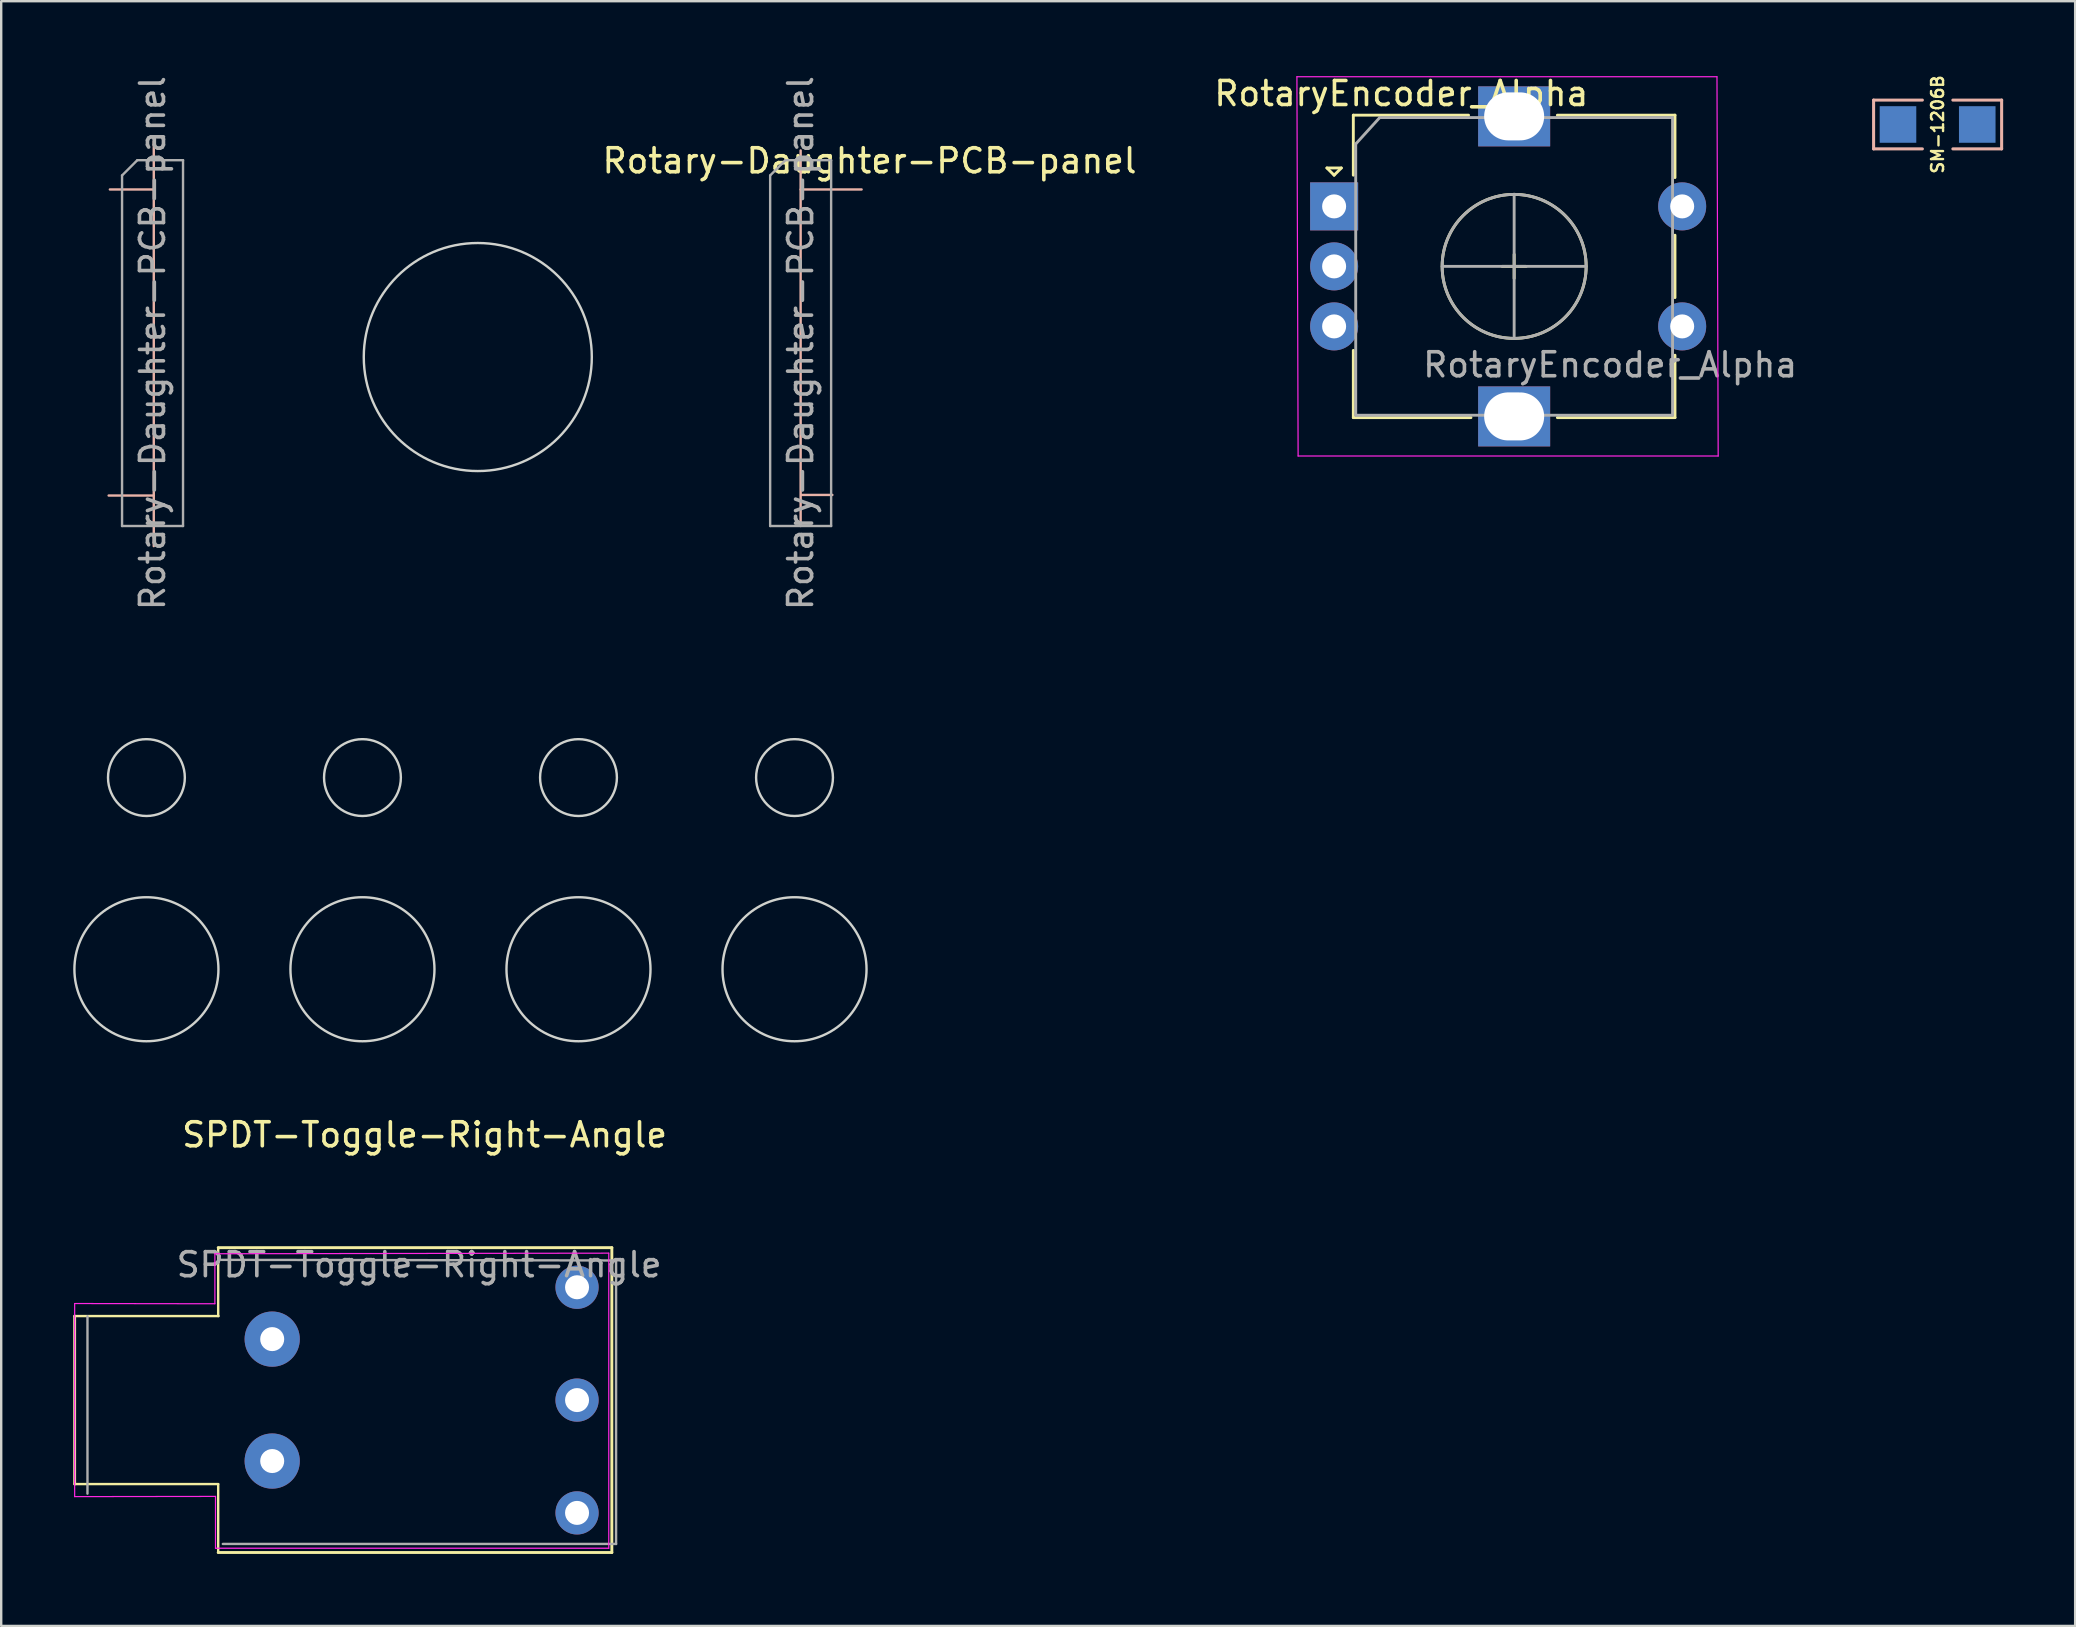
<source format=kicad_pcb>
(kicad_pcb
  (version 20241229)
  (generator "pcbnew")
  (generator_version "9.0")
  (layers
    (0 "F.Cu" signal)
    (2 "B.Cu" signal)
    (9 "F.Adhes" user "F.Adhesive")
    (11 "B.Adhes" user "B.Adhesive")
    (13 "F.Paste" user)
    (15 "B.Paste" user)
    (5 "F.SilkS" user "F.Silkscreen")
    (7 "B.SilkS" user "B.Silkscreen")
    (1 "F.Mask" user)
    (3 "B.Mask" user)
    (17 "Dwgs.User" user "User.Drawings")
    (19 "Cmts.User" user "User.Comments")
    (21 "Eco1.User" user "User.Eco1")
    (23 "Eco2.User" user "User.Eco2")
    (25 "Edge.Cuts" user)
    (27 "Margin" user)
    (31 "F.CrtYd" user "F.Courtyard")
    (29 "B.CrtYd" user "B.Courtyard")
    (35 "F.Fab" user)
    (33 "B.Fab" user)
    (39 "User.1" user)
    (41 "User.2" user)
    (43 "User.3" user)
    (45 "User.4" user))
  (footprint "SM-1206B"
    (layer "F.Cu")
    (at 77.672 2.136)
    (property "Reference" "SM-1206B" (at 0 0 90) (layer "F.SilkS") (effects (font (size 0.5 0.5) (thickness 0.1))))
    (attr smd)
    (fp_line (start -2.667 -1.016) (end -2.667 1.016) (stroke (width 0.127) (type solid)) (layer "B.SilkS"))
    (fp_line (start -2.667 1.016) (end -0.635 1.016) (stroke (width 0.127) (type solid)) (layer "B.SilkS"))
    (fp_line (start -0.635 -1.016) (end -2.667 -1.016) (stroke (width 0.127) (type solid)) (layer "B.SilkS"))
    (fp_line (start 0.635 -1.016) (end 2.667 -1.016) (stroke (width 0.127) (type solid)) (layer "B.SilkS"))
    (fp_line (start 2.667 -1.016) (end 2.667 1.016) (stroke (width 0.127) (type solid)) (layer "B.SilkS"))
    (fp_line (start 2.667 1.016) (end 0.635 1.016) (stroke (width 0.127) (type solid)) (layer "B.SilkS"))
    (pad "1" smd rect (at -1.651 0) (size 1.524 1.524) (layers "B.Cu" "B.Mask" "B.Paste"))
    (pad "2" smd rect (at 1.651 0) (size 1.524 1.524) (layers "B.Cu" "B.Mask" "B.Paste")))
  (footprint "SPDT-Toggle-Right-Angle"
    (layer "F.Cu")
    (at 14.64 55.278)
    (property "Reference" "SPDT-Toggle-Right-Angle" (at 0 -11.05 0) (layer "F.SilkS") (effects (font (size 1 1) (thickness 0.15))))
    (attr through_hole)
    (fp_line (start -14.58 -3.5) (end -14.58 3.5) (stroke (width 0.12) (type solid)) (layer "F.SilkS"))
    (fp_line (start -14.58 -3.5) (end -8.585 -3.5) (stroke (width 0.1) (type default)) (layer "F.SilkS"))
    (fp_line (start -14.58 3.5) (end -8.6 3.5) (stroke (width 0.1) (type default)) (layer "F.SilkS"))
    (fp_line (start -8.6 -6.35) (end 7.8 -6.35) (stroke (width 0.12) (type solid)) (layer "F.SilkS"))
    (fp_line (start -8.6 -3.5) (end -8.6 -6.35) (stroke (width 0.1) (type default)) (layer "F.SilkS"))
    (fp_line (start -8.6 6.35) (end -8.6 3.5) (stroke (width 0.1) (type default)) (layer "F.SilkS"))
    (fp_line (start -8.6 6.35) (end 7.8 6.35) (stroke (width 0.12) (type solid)) (layer "F.SilkS"))
    (fp_line (start 7.8 -6.35) (end 7.8 6.35) (stroke (width 0.12) (type solid)) (layer "F.SilkS"))
    (fp_line (start -14.58 -4.022) (end -14.58 4.022) (stroke (width 0.05) (type solid)) (layer "F.CrtYd"))
    (fp_line (start -14.58 -4.022) (end -8.738 -4.013) (stroke (width 0.05) (type default)) (layer "F.CrtYd"))
    (fp_line (start -14.58 4.022) (end -8.712 4.013) (stroke (width 0.05) (type default)) (layer "F.CrtYd"))
    (fp_line (start -8.738 -4.013) (end -8.738 -6.096) (stroke (width 0.05) (type default)) (layer "F.CrtYd"))
    (fp_line (start -8.712 4.013) (end -8.712 6.172) (stroke (width 0.05) (type default)) (layer "F.CrtYd"))
    (fp_line (start -8.712 6.172) (end 7.671 6.172) (stroke (width 0.05) (type solid)) (layer "F.CrtYd"))
    (fp_line (start 7.671 -6.121) (end -8.738 -6.096) (stroke (width 0.05) (type solid)) (layer "F.CrtYd"))
    (fp_line (start 7.671 6.172) (end 7.671 -6.121) (stroke (width 0.05) (type solid)) (layer "F.CrtYd"))
    (fp_line (start -14.046 -3.492) (end -14.046 3.898) (stroke (width 0.1) (type solid)) (layer "F.Fab"))
    (fp_line (start -8.407 5.994) (end 7.976 5.994) (stroke (width 0.1) (type solid)) (layer "F.Fab"))
    (fp_line (start 7.976 -5.817) (end -8.464 -5.842) (stroke (width 0.1) (type solid)) (layer "F.Fab"))
    (fp_line (start 7.976 5.994) (end 7.976 -5.817) (stroke (width 0.1) (type solid)) (layer "F.Fab"))
    (fp_text user "${REFERENCE}" (at -0.229 -5.639 0) (layer "F.Fab") (effects (font (size 1 1) (thickness 0.15))))
    (pad "" thru_hole circle (at -6.35 -2.54) (size 2.3 2.3) (drill 1) (layers "*.Cu" "*.Mask"))
    (pad "" thru_hole circle (at -6.35 2.54) (size 2.3 2.3) (drill 1) (layers "*.Cu" "*.Mask"))
    (pad "1" thru_hole circle (at 6.35 4.7 90) (size 1.8 1.8) (drill 1) (layers "*.Cu" "*.Mask"))
    (pad "2" thru_hole circle (at 6.35 0 90) (size 1.8 1.8) (drill 1) (layers "*.Cu" "*.Mask"))
    (pad "3" thru_hole circle (at 6.35 -4.7 90) (size 1.8 1.8) (drill 1) (layers "*.Cu" "*.Mask")))
  (footprint "RotaryEncoder_Alpha"
    (layer "F.Cu")
    (at 52.53 5.548)
    (property "Reference" "RotaryEncoder_Alpha" (at 2.8 -4.7 0) (layer "F.SilkS") (effects (font (size 1 1) (thickness 0.15))))
    (attr through_hole)
    (fp_line (start -0.3 -1.6) (end 0.3 -1.6) (stroke (width 0.12) (type solid)) (layer "F.SilkS"))
    (fp_line (start 0 -1.3) (end -0.3 -1.6) (stroke (width 0.12) (type solid)) (layer "F.SilkS"))
    (fp_line (start 0.3 -1.6) (end 0 -1.3) (stroke (width 0.12) (type solid)) (layer "F.SilkS"))
    (fp_line (start 0.8 -3.8) (end 0.8 -1.3) (stroke (width 0.12) (type solid)) (layer "F.SilkS"))
    (fp_line (start 0.8 8.8) (end 0.8 6) (stroke (width 0.12) (type solid)) (layer "F.SilkS"))
    (fp_line (start 5.6 -3.8) (end 0.8 -3.8) (stroke (width 0.12) (type solid)) (layer "F.SilkS"))
    (fp_line (start 5.7 8.8) (end 0.8 8.8) (stroke (width 0.12) (type solid)) (layer "F.SilkS"))
    (fp_line (start 7 2.5) (end 8 2.5) (stroke (width 0.12) (type solid)) (layer "F.SilkS"))
    (fp_line (start 7.5 2) (end 7.5 3) (stroke (width 0.12) (type solid)) (layer "F.SilkS"))
    (fp_line (start 9.3 -3.8) (end 14.2 -3.8) (stroke (width 0.12) (type solid)) (layer "F.SilkS"))
    (fp_line (start 14.2 -3.8) (end 14.2 -1.2) (stroke (width 0.12) (type solid)) (layer "F.SilkS"))
    (fp_line (start 14.2 1.2) (end 14.2 3.8) (stroke (width 0.12) (type solid)) (layer "F.SilkS"))
    (fp_line (start 14.2 6.2) (end 14.2 8.8) (stroke (width 0.12) (type solid)) (layer "F.SilkS"))
    (fp_line (start 14.2 8.8) (end 9.3 8.8) (stroke (width 0.12) (type solid)) (layer "F.SilkS"))
    (fp_circle (center 7.5 2.5) (end 10.5 2.5) (stroke (width 0.12) (type solid)) (fill no) (layer "F.SilkS"))
    (fp_line (start -1.55 -5.4) (end -1.5 10.4) (stroke (width 0.05) (type solid)) (layer "F.CrtYd"))
    (fp_line (start -1.55 -5.4) (end 15.95 -5.4) (stroke (width 0.05) (type solid)) (layer "F.CrtYd"))
    (fp_line (start 16 10.4) (end -1.5 10.4) (stroke (width 0.05) (type solid)) (layer "F.CrtYd"))
    (fp_line (start 16 10.4) (end 15.95 -5.4) (stroke (width 0.05) (type solid)) (layer "F.CrtYd"))
    (fp_line (start 0.9 -2.6) (end 1.9 -3.7) (stroke (width 0.12) (type solid)) (layer "F.Fab"))
    (fp_line (start 0.9 8.7) (end 0.9 -2.6) (stroke (width 0.12) (type solid)) (layer "F.Fab"))
    (fp_line (start 1.9 -3.7) (end 14.1 -3.7) (stroke (width 0.12) (type solid)) (layer "F.Fab"))
    (fp_line (start 4.5 2.5) (end 10.5 2.5) (stroke (width 0.12) (type solid)) (layer "F.Fab"))
    (fp_line (start 7.5 -0.5) (end 7.5 5.5) (stroke (width 0.12) (type solid)) (layer "F.Fab"))
    (fp_line (start 14.1 -3.7) (end 14.1 8.7) (stroke (width 0.12) (type solid)) (layer "F.Fab"))
    (fp_line (start 14.1 8.7) (end 0.9 8.7) (stroke (width 0.12) (type solid)) (layer "F.Fab"))
    (fp_circle (center 7.5 2.5) (end 10.5 2.5) (stroke (width 0.12) (type solid)) (fill no) (layer "F.Fab"))
    (fp_text user "${REFERENCE}" (at 11.5 6.6 0) (layer "F.Fab") (effects (font (size 1 1) (thickness 0.15))))
    (pad "A" thru_hole rect (at 0 0) (size 2 2) (drill 1) (layers "*.Cu" "*.Mask"))
    (pad "B" thru_hole circle (at 0 5) (size 2 2) (drill 1) (layers "*.Cu" "*.Mask"))
    (pad "C" thru_hole circle (at 0 2.5) (size 2 2) (drill 1) (layers "*.Cu" "*.Mask"))
    (pad "MP" thru_hole rect (at 7.5 -3.75) (size 3 2.5) (drill oval 2.5 2) (layers "*.Cu" "*.Mask"))
    (pad "MP" thru_hole rect (at 7.5 8.75) (size 3 2.5) (drill oval 2.5 2) (layers "*.Cu" "*.Mask"))
    (pad "S1" thru_hole circle (at 14.5 0) (size 2 2) (drill 1) (layers "*.Cu" "*.Mask"))
    (pad "S2" thru_hole circle (at 14.5 5) (size 2 2) (drill 1) (layers "*.Cu" "*.Mask")))
  (footprint "Rotary-Daughter-PCB-panel"
    (layer "F.Cu")
    (at 3.305 4.894)
    (property "Reference" "Rotary-Daughter-PCB-panel" (at 29.87 -1.245 0) (layer "F.SilkS") (effects (font (size 1 1) (thickness 0.15))))
    (attr through_hole)
    (fp_line (start 0.025 -0.051) (end -1.778 -0.051) (stroke (width 0.1) (type default)) (layer "B.SilkS"))
    (fp_line (start 0.051 -2.057) (end 0.051 14.808) (stroke (width 0.1) (type default)) (layer "B.SilkS"))
    (fp_line (start 0.051 12.7) (end -1.829 12.7) (stroke (width 0.1) (type default)) (layer "B.SilkS"))
    (fp_line (start 27 -1.676) (end 27 13.97) (stroke (width 0.1) (type default)) (layer "B.SilkS"))
    (fp_line (start 27 -0.051) (end 29.54 -0.051) (stroke (width 0.1) (type default)) (layer "B.SilkS"))
    (fp_line (start 27.026 12.675) (end 28.321 12.675) (stroke (width 0.1) (type default)) (layer "B.SilkS"))
    (fp_circle (center -0.255 24.45) (end 1.345 24.45) (stroke (width 0.1) (type default)) (fill no) (layer "Edge.Cuts"))
    (fp_circle (center -0.255 32.435) (end 2.745 32.435) (stroke (width 0.1) (type default)) (fill no) (layer "Edge.Cuts"))
    (fp_circle (center 8.745 24.45) (end 10.345 24.45) (stroke (width 0.1) (type default)) (fill no) (layer "Edge.Cuts"))
    (fp_circle (center 8.745 32.435) (end 11.745 32.435) (stroke (width 0.1) (type default)) (fill no) (layer "Edge.Cuts"))
    (fp_circle (center 13.55 6.93) (end 18.3 6.93) (stroke (width 0.1) (type default)) (fill no) (layer "Edge.Cuts"))
    (fp_circle (center 17.745 24.45) (end 19.345 24.45) (stroke (width 0.1) (type default)) (fill no) (layer "Edge.Cuts"))
    (fp_circle (center 17.745 32.435) (end 20.745 32.435) (stroke (width 0.1) (type default)) (fill no) (layer "Edge.Cuts"))
    (fp_circle (center 26.745 24.45) (end 28.345 24.45) (stroke (width 0.1) (type default)) (fill no) (layer "Edge.Cuts"))
    (fp_circle (center 26.745 32.435) (end 29.745 32.435) (stroke (width 0.1) (type default)) (fill no) (layer "Edge.Cuts"))
    (fp_line (start -1.27 -0.635) (end -0.635 -1.27) (stroke (width 0.1) (type solid)) (layer "F.Fab"))
    (fp_line (start -1.27 13.97) (end -1.27 -0.635) (stroke (width 0.1) (type solid)) (layer "F.Fab"))
    (fp_line (start -0.635 -1.27) (end 1.27 -1.27) (stroke (width 0.1) (type solid)) (layer "F.Fab"))
    (fp_line (start 1.27 -1.27) (end 1.27 13.97) (stroke (width 0.1) (type solid)) (layer "F.Fab"))
    (fp_line (start 1.27 13.97) (end -1.27 13.97) (stroke (width 0.1) (type solid)) (layer "F.Fab"))
    (fp_line (start 25.73 -0.635) (end 26.365 -1.27) (stroke (width 0.1) (type solid)) (layer "F.Fab"))
    (fp_line (start 25.73 13.97) (end 25.73 -0.635) (stroke (width 0.1) (type solid)) (layer "F.Fab"))
    (fp_line (start 26.365 -1.27) (end 28.27 -1.27) (stroke (width 0.1) (type solid)) (layer "F.Fab"))
    (fp_line (start 28.27 -1.27) (end 28.27 13.97) (stroke (width 0.1) (type solid)) (layer "F.Fab"))
    (fp_line (start 28.27 13.97) (end 25.73 13.97) (stroke (width 0.1) (type solid)) (layer "F.Fab"))
    (fp_text user "${REFERENCE}" (at 0 6.35 90) (layer "F.Fab") (effects (font (size 1 1) (thickness 0.15))))
    (fp_text user "${REFERENCE}" (at 27 6.35 90) (layer "F.Fab") (effects (font (size 1 1) (thickness 0.15)))))
  (gr_rect
    (start -3 -3)
    (end 83.402 64.688)
    (stroke (width 0.1) (type default))
    (fill no)
    (layer "Edge.Cuts")))
</source>
